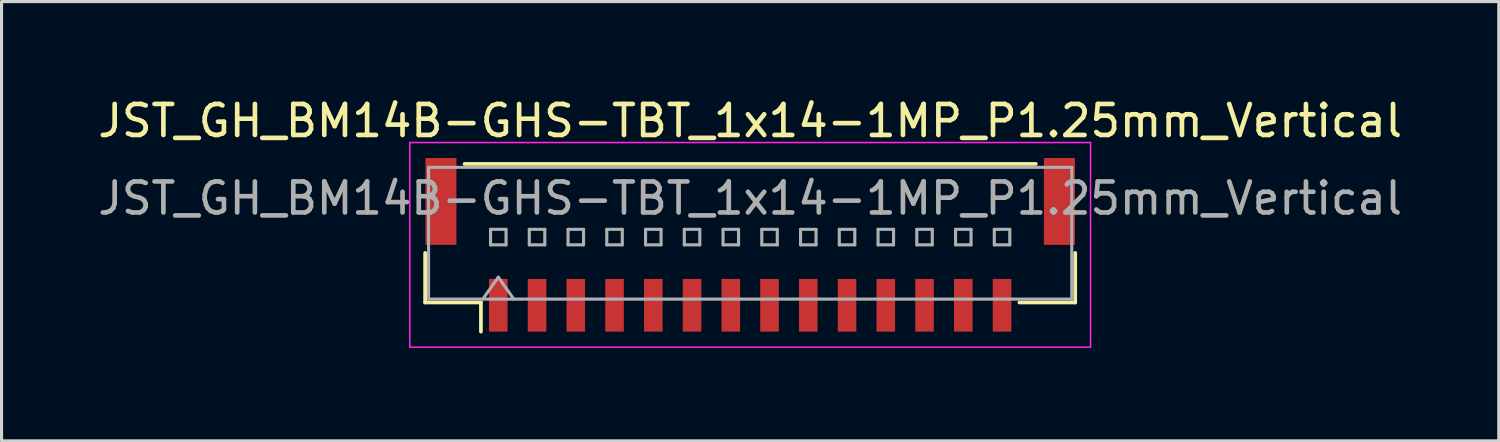
<source format=kicad_pcb>
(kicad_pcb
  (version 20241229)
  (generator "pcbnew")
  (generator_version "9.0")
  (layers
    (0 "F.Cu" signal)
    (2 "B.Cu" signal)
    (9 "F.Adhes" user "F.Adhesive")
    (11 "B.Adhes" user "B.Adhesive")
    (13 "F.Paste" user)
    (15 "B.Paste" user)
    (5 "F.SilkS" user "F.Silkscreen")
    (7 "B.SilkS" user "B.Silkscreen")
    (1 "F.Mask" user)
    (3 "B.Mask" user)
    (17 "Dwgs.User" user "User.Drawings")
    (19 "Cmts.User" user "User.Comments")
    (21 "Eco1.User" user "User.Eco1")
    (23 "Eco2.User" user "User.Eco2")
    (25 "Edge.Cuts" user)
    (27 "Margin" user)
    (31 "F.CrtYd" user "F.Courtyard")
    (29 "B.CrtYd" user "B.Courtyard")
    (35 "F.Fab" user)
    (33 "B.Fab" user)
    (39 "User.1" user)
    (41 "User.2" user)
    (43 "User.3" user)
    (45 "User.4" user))
  (footprint "JST_GH_BM14B-GHS-TBT_1x14-1MP_P1.25mm_Vertical"
    (layer "F.Cu")
    (at 21.149 4.848)
    (property "Reference" "JST_GH_BM14B-GHS-TBT_1x14-1MP_P1.25mm_Vertical" (at 0 -4 0) (layer "F.SilkS") (effects (font (size 1 1) (thickness 0.15))))
    (attr smd)
    (fp_line (start -10.485 0.26) (end -10.485 1.86) (stroke (width 0.12) (type solid)) (layer "F.SilkS"))
    (fp_line (start -10.485 1.86) (end -8.685 1.86) (stroke (width 0.12) (type solid)) (layer "F.SilkS"))
    (fp_line (start -9.215 -2.61) (end 9.215 -2.61) (stroke (width 0.12) (type solid)) (layer "F.SilkS"))
    (fp_line (start -8.685 1.86) (end -8.685 2.8) (stroke (width 0.12) (type solid)) (layer "F.SilkS"))
    (fp_line (start 10.485 0.26) (end 10.485 1.86) (stroke (width 0.12) (type solid)) (layer "F.SilkS"))
    (fp_line (start 10.485 1.86) (end 8.685 1.86) (stroke (width 0.12) (type solid)) (layer "F.SilkS"))
    (fp_line (start -10.98 -3.3) (end -10.98 3.3) (stroke (width 0.05) (type solid)) (layer "F.CrtYd"))
    (fp_line (start -10.98 3.3) (end 10.98 3.3) (stroke (width 0.05) (type solid)) (layer "F.CrtYd"))
    (fp_line (start 10.98 -3.3) (end -10.98 -3.3) (stroke (width 0.05) (type solid)) (layer "F.CrtYd"))
    (fp_line (start 10.98 3.3) (end 10.98 -3.3) (stroke (width 0.05) (type solid)) (layer "F.CrtYd"))
    (fp_line (start -10.375 -2.5) (end 10.375 -2.5) (stroke (width 0.1) (type solid)) (layer "F.Fab"))
    (fp_line (start -10.375 1.75) (end -10.375 -2.5) (stroke (width 0.1) (type solid)) (layer "F.Fab"))
    (fp_line (start -10.375 1.75) (end 10.375 1.75) (stroke (width 0.1) (type solid)) (layer "F.Fab"))
    (fp_line (start -8.625 1.75) (end -8.125 1.043) (stroke (width 0.1) (type solid)) (layer "F.Fab"))
    (fp_line (start -8.375 -0.5) (end -8.375 0) (stroke (width 0.1) (type solid)) (layer "F.Fab"))
    (fp_line (start -8.375 0) (end -7.875 0) (stroke (width 0.1) (type solid)) (layer "F.Fab"))
    (fp_line (start -8.125 1.043) (end -7.625 1.75) (stroke (width 0.1) (type solid)) (layer "F.Fab"))
    (fp_line (start -7.875 -0.5) (end -8.375 -0.5) (stroke (width 0.1) (type solid)) (layer "F.Fab"))
    (fp_line (start -7.875 0) (end -7.875 -0.5) (stroke (width 0.1) (type solid)) (layer "F.Fab"))
    (fp_line (start -7.125 -0.5) (end -7.125 0) (stroke (width 0.1) (type solid)) (layer "F.Fab"))
    (fp_line (start -7.125 0) (end -6.625 0) (stroke (width 0.1) (type solid)) (layer "F.Fab"))
    (fp_line (start -6.625 -0.5) (end -7.125 -0.5) (stroke (width 0.1) (type solid)) (layer "F.Fab"))
    (fp_line (start -6.625 0) (end -6.625 -0.5) (stroke (width 0.1) (type solid)) (layer "F.Fab"))
    (fp_line (start -5.875 -0.5) (end -5.875 0) (stroke (width 0.1) (type solid)) (layer "F.Fab"))
    (fp_line (start -5.875 0) (end -5.375 0) (stroke (width 0.1) (type solid)) (layer "F.Fab"))
    (fp_line (start -5.375 -0.5) (end -5.875 -0.5) (stroke (width 0.1) (type solid)) (layer "F.Fab"))
    (fp_line (start -5.375 0) (end -5.375 -0.5) (stroke (width 0.1) (type solid)) (layer "F.Fab"))
    (fp_line (start -4.625 -0.5) (end -4.625 0) (stroke (width 0.1) (type solid)) (layer "F.Fab"))
    (fp_line (start -4.625 0) (end -4.125 0) (stroke (width 0.1) (type solid)) (layer "F.Fab"))
    (fp_line (start -4.125 -0.5) (end -4.625 -0.5) (stroke (width 0.1) (type solid)) (layer "F.Fab"))
    (fp_line (start -4.125 0) (end -4.125 -0.5) (stroke (width 0.1) (type solid)) (layer "F.Fab"))
    (fp_line (start -3.375 -0.5) (end -3.375 0) (stroke (width 0.1) (type solid)) (layer "F.Fab"))
    (fp_line (start -3.375 0) (end -2.875 0) (stroke (width 0.1) (type solid)) (layer "F.Fab"))
    (fp_line (start -2.875 -0.5) (end -3.375 -0.5) (stroke (width 0.1) (type solid)) (layer "F.Fab"))
    (fp_line (start -2.875 0) (end -2.875 -0.5) (stroke (width 0.1) (type solid)) (layer "F.Fab"))
    (fp_line (start -2.125 -0.5) (end -2.125 0) (stroke (width 0.1) (type solid)) (layer "F.Fab"))
    (fp_line (start -2.125 0) (end -1.625 0) (stroke (width 0.1) (type solid)) (layer "F.Fab"))
    (fp_line (start -1.625 -0.5) (end -2.125 -0.5) (stroke (width 0.1) (type solid)) (layer "F.Fab"))
    (fp_line (start -1.625 0) (end -1.625 -0.5) (stroke (width 0.1) (type solid)) (layer "F.Fab"))
    (fp_line (start -0.875 -0.5) (end -0.875 0) (stroke (width 0.1) (type solid)) (layer "F.Fab"))
    (fp_line (start -0.875 0) (end -0.375 0) (stroke (width 0.1) (type solid)) (layer "F.Fab"))
    (fp_line (start -0.375 -0.5) (end -0.875 -0.5) (stroke (width 0.1) (type solid)) (layer "F.Fab"))
    (fp_line (start -0.375 0) (end -0.375 -0.5) (stroke (width 0.1) (type solid)) (layer "F.Fab"))
    (fp_line (start 0.375 -0.5) (end 0.375 0) (stroke (width 0.1) (type solid)) (layer "F.Fab"))
    (fp_line (start 0.375 0) (end 0.875 0) (stroke (width 0.1) (type solid)) (layer "F.Fab"))
    (fp_line (start 0.875 -0.5) (end 0.375 -0.5) (stroke (width 0.1) (type solid)) (layer "F.Fab"))
    (fp_line (start 0.875 0) (end 0.875 -0.5) (stroke (width 0.1) (type solid)) (layer "F.Fab"))
    (fp_line (start 1.625 -0.5) (end 1.625 0) (stroke (width 0.1) (type solid)) (layer "F.Fab"))
    (fp_line (start 1.625 0) (end 2.125 0) (stroke (width 0.1) (type solid)) (layer "F.Fab"))
    (fp_line (start 2.125 -0.5) (end 1.625 -0.5) (stroke (width 0.1) (type solid)) (layer "F.Fab"))
    (fp_line (start 2.125 0) (end 2.125 -0.5) (stroke (width 0.1) (type solid)) (layer "F.Fab"))
    (fp_line (start 2.875 -0.5) (end 2.875 0) (stroke (width 0.1) (type solid)) (layer "F.Fab"))
    (fp_line (start 2.875 0) (end 3.375 0) (stroke (width 0.1) (type solid)) (layer "F.Fab"))
    (fp_line (start 3.375 -0.5) (end 2.875 -0.5) (stroke (width 0.1) (type solid)) (layer "F.Fab"))
    (fp_line (start 3.375 0) (end 3.375 -0.5) (stroke (width 0.1) (type solid)) (layer "F.Fab"))
    (fp_line (start 4.125 -0.5) (end 4.125 0) (stroke (width 0.1) (type solid)) (layer "F.Fab"))
    (fp_line (start 4.125 0) (end 4.625 0) (stroke (width 0.1) (type solid)) (layer "F.Fab"))
    (fp_line (start 4.625 -0.5) (end 4.125 -0.5) (stroke (width 0.1) (type solid)) (layer "F.Fab"))
    (fp_line (start 4.625 0) (end 4.625 -0.5) (stroke (width 0.1) (type solid)) (layer "F.Fab"))
    (fp_line (start 5.375 -0.5) (end 5.375 0) (stroke (width 0.1) (type solid)) (layer "F.Fab"))
    (fp_line (start 5.375 0) (end 5.875 0) (stroke (width 0.1) (type solid)) (layer "F.Fab"))
    (fp_line (start 5.875 -0.5) (end 5.375 -0.5) (stroke (width 0.1) (type solid)) (layer "F.Fab"))
    (fp_line (start 5.875 0) (end 5.875 -0.5) (stroke (width 0.1) (type solid)) (layer "F.Fab"))
    (fp_line (start 6.625 -0.5) (end 6.625 0) (stroke (width 0.1) (type solid)) (layer "F.Fab"))
    (fp_line (start 6.625 0) (end 7.125 0) (stroke (width 0.1) (type solid)) (layer "F.Fab"))
    (fp_line (start 7.125 -0.5) (end 6.625 -0.5) (stroke (width 0.1) (type solid)) (layer "F.Fab"))
    (fp_line (start 7.125 0) (end 7.125 -0.5) (stroke (width 0.1) (type solid)) (layer "F.Fab"))
    (fp_line (start 7.875 -0.5) (end 7.875 0) (stroke (width 0.1) (type solid)) (layer "F.Fab"))
    (fp_line (start 7.875 0) (end 8.375 0) (stroke (width 0.1) (type solid)) (layer "F.Fab"))
    (fp_line (start 8.375 -0.5) (end 7.875 -0.5) (stroke (width 0.1) (type solid)) (layer "F.Fab"))
    (fp_line (start 8.375 0) (end 8.375 -0.5) (stroke (width 0.1) (type solid)) (layer "F.Fab"))
    (fp_line (start 10.375 1.75) (end 10.375 -2.5) (stroke (width 0.1) (type solid)) (layer "F.Fab"))
    (fp_text user "${REFERENCE}" (at 0 -1.5 0) (layer "F.Fab") (effects (font (size 1 1) (thickness 0.15))))
    (pad "1" smd rect (at -8.125 1.95) (size 0.6 1.7) (layers "F.Cu" "F.Mask" "F.Paste"))
    (pad "2" smd rect (at -6.875 1.95) (size 0.6 1.7) (layers "F.Cu" "F.Mask" "F.Paste"))
    (pad "3" smd rect (at -5.625 1.95) (size 0.6 1.7) (layers "F.Cu" "F.Mask" "F.Paste"))
    (pad "4" smd rect (at -4.375 1.95) (size 0.6 1.7) (layers "F.Cu" "F.Mask" "F.Paste"))
    (pad "5" smd rect (at -3.125 1.95) (size 0.6 1.7) (layers "F.Cu" "F.Mask" "F.Paste"))
    (pad "6" smd rect (at -1.875 1.95) (size 0.6 1.7) (layers "F.Cu" "F.Mask" "F.Paste"))
    (pad "7" smd rect (at -0.625 1.95) (size 0.6 1.7) (layers "F.Cu" "F.Mask" "F.Paste"))
    (pad "8" smd rect (at 0.625 1.95) (size 0.6 1.7) (layers "F.Cu" "F.Mask" "F.Paste"))
    (pad "9" smd rect (at 1.875 1.95) (size 0.6 1.7) (layers "F.Cu" "F.Mask" "F.Paste"))
    (pad "10" smd rect (at 3.125 1.95) (size 0.6 1.7) (layers "F.Cu" "F.Mask" "F.Paste"))
    (pad "11" smd rect (at 4.375 1.95) (size 0.6 1.7) (layers "F.Cu" "F.Mask" "F.Paste"))
    (pad "12" smd rect (at 5.625 1.95) (size 0.6 1.7) (layers "F.Cu" "F.Mask" "F.Paste"))
    (pad "13" smd rect (at 6.875 1.95) (size 0.6 1.7) (layers "F.Cu" "F.Mask" "F.Paste"))
    (pad "14" smd rect (at 8.125 1.95) (size 0.6 1.7) (layers "F.Cu" "F.Mask" "F.Paste"))
    (pad "MP" smd rect (at -9.975 -1.4) (size 1 2.8) (layers "F.Cu" "F.Mask" "F.Paste"))
    (pad "MP" smd rect (at 9.975 -1.4) (size 1 2.8) (layers "F.Cu" "F.Mask" "F.Paste")))
  (gr_rect
    (start -3 -3)
    (end 45.298 11.173)
    (stroke (width 0.1) (type default))
    (fill no)
    (layer "Edge.Cuts")))
</source>
